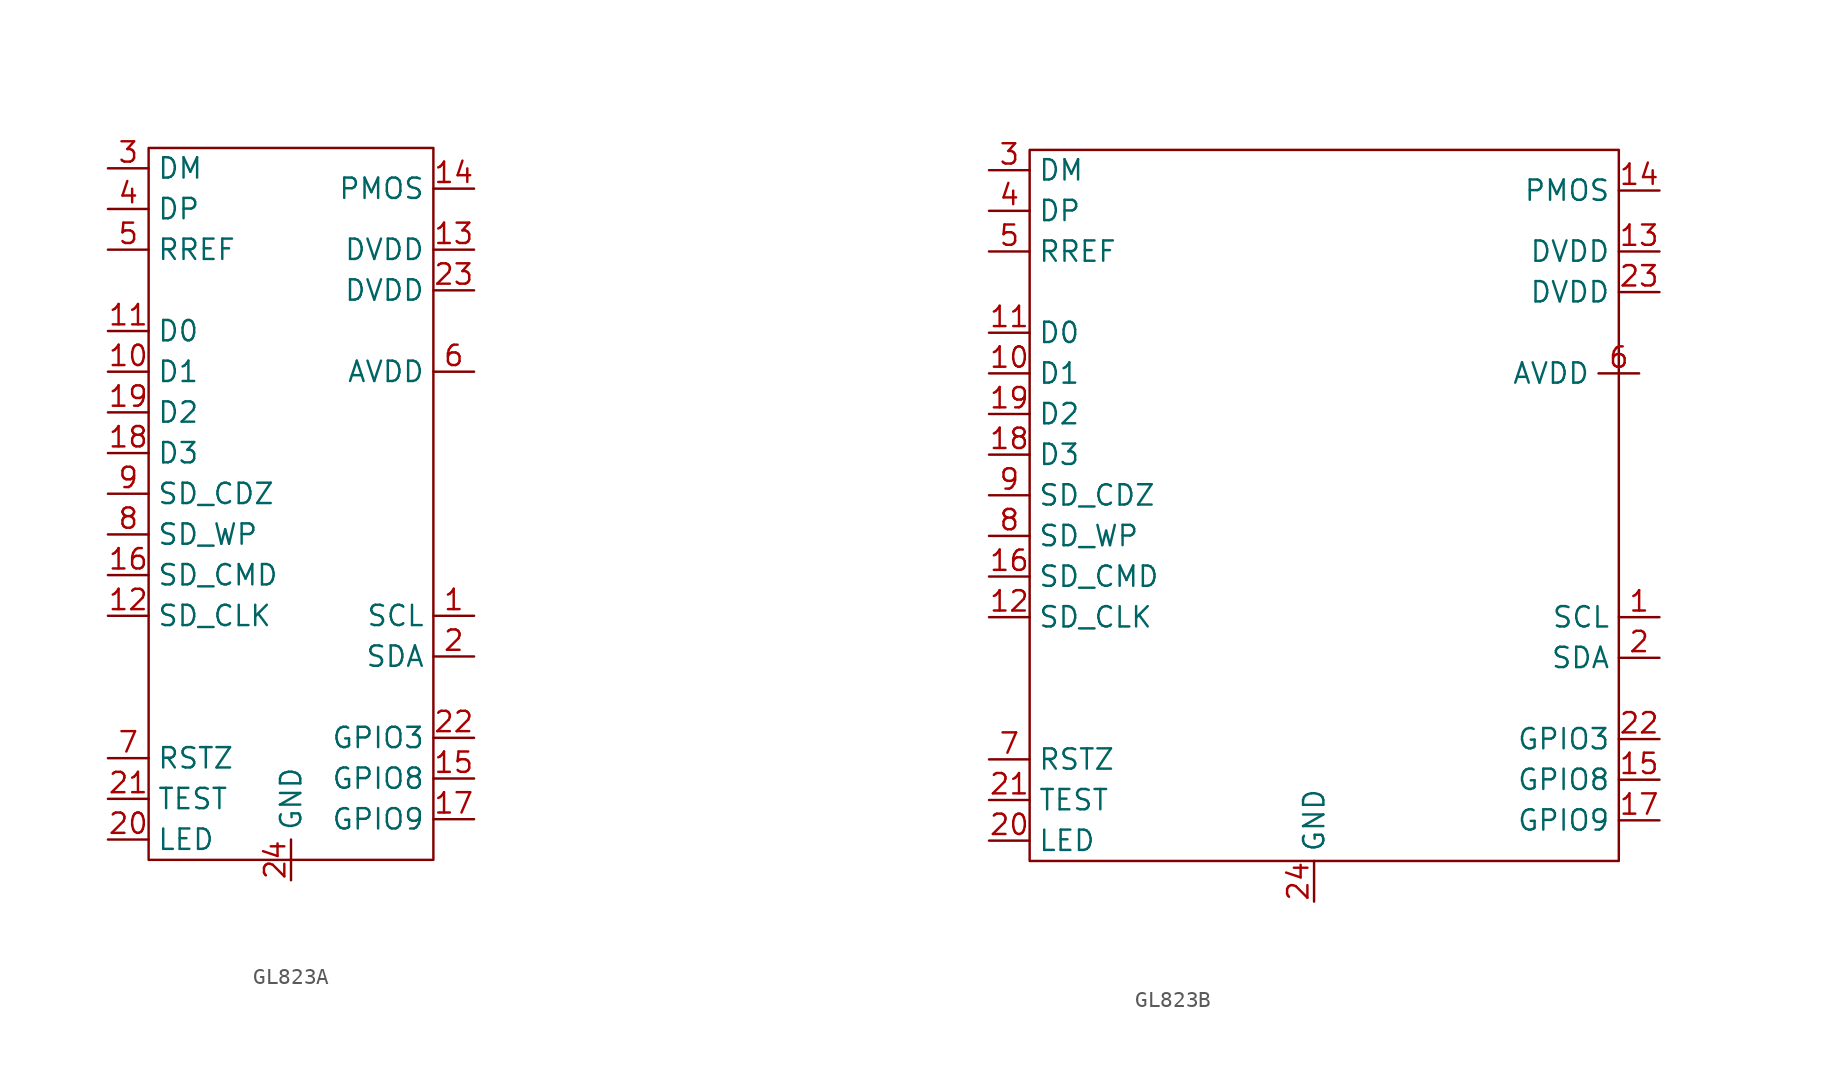
<source format=kicad_sym>
(kicad_symbol_lib
  (version 20241209)
  (generator "kicad_symbol_editor")
  (generator_version "9.0")
  (symbol "GL823A"
    (property "Reference" "U"
      (at 4.064 10.16 0)
      (effects (font (size 1.27 1.27)) (hide yes)))
    (property "Value" ""
      (at 0 0 0)
      (effects (font (size 1.27 1.27))))
    (symbol "GL823A_0_1"
      (rectangle (start -3.81 13.97) (end 13.97 -30.48) (stroke (width 0) (type default)) (fill (type none))))
    (symbol "GL823A_1_1"
      (pin power_in line (at -6.35 12.7 0) (length 2.54) (name "DM" (effects (font (size 1.27 1.27)))) (number "3" (effects (font (size 1.27 1.27)))))
      (pin power_in line (at -6.35 10.16 0) (length 2.54) (name "DP" (effects (font (size 1.27 1.27)))) (number "4" (effects (font (size 1.27 1.27)))))
      (pin power_in line (at -6.35 7.62 0) (length 2.54) (name "RREF" (effects (font (size 1.27 1.27)))) (number "5" (effects (font (size 1.27 1.27)))))
      (pin power_in line (at -6.35 2.54 0) (length 2.54) (name "D0" (effects (font (size 1.27 1.27)))) (number "11" (effects (font (size 1.27 1.27)))))
      (pin power_in line (at -6.35 0 0) (length 2.54) (name "D1" (effects (font (size 1.27 1.27)))) (number "10" (effects (font (size 1.27 1.27)))))
      (pin power_in line (at -6.35 -2.54 0) (length 2.54) (name "D2" (effects (font (size 1.27 1.27)))) (number "19" (effects (font (size 1.27 1.27)))))
      (pin power_in line (at -6.35 -5.08 0) (length 2.54) (name "D3" (effects (font (size 1.27 1.27)))) (number "18" (effects (font (size 1.27 1.27)))))
      (pin power_in line (at -6.35 -7.62 0) (length 2.54) (name "SD_CDZ" (effects (font (size 1.27 1.27)))) (number "9" (effects (font (size 1.27 1.27)))))
      (pin power_in line (at -6.35 -10.16 0) (length 2.54) (name "SD_WP" (effects (font (size 1.27 1.27)))) (number "8" (effects (font (size 1.27 1.27)))))
      (pin power_in line (at -6.35 -12.7 0) (length 2.54) (name "SD_CMD" (effects (font (size 1.27 1.27)))) (number "16" (effects (font (size 1.27 1.27)))))
      (pin power_in line (at -6.35 -15.24 0) (length 2.54) (name "SD_CLK" (effects (font (size 1.27 1.27)))) (number "12" (effects (font (size 1.27 1.27)))))
      (pin power_in line (at -6.35 -24.13 0) (length 2.54) (name "RSTZ" (effects (font (size 1.27 1.27)))) (number "7" (effects (font (size 1.27 1.27)))))
      (pin power_in line (at -6.35 -26.67 0) (length 2.54) (name "TEST" (effects (font (size 1.27 1.27)))) (number "21" (effects (font (size 1.27 1.27)))))
      (pin power_in line (at -6.35 -29.21 0) (length 2.54) (name "LED" (effects (font (size 1.27 1.27)))) (number "20" (effects (font (size 1.27 1.27)))))
      (pin power_in line (at 5.08 -31.75 90) (length 2.54) (name "GND" (effects (font (size 1.27 1.27)))) (number "24" (effects (font (size 1.27 1.27)))))
      (pin power_in line (at 16.51 11.43 180) (length 2.54) (name "PMOS" (effects (font (size 1.27 1.27)))) (number "14" (effects (font (size 1.27 1.27)))))
      (pin power_in line (at 16.51 7.62 180) (length 2.54) (name "DVDD" (effects (font (size 1.27 1.27)))) (number "13" (effects (font (size 1.27 1.27)))))
      (pin power_in line (at 16.51 5.08 180) (length 2.54) (name "DVDD" (effects (font (size 1.27 1.27)))) (number "23" (effects (font (size 1.27 1.27)))))
      (pin power_in line (at 16.51 0 180) (length 2.54) (name "AVDD" (effects (font (size 1.27 1.27)))) (number "6" (effects (font (size 1.27 1.27)))))
      (pin power_in line (at 16.51 -15.24 180) (length 2.54) (name "SCL" (effects (font (size 1.27 1.27)))) (number "1" (effects (font (size 1.27 1.27)))))
      (pin power_in line (at 16.51 -17.78 180) (length 2.54) (name "SDA" (effects (font (size 1.27 1.27)))) (number "2" (effects (font (size 1.27 1.27)))))
      (pin power_in line (at 16.51 -22.86 180) (length 2.54) (name "GPIO3" (effects (font (size 1.27 1.27)))) (number "22" (effects (font (size 1.27 1.27)))))
      (pin power_in line (at 16.51 -25.4 180) (length 2.54) (name "GPIO8" (effects (font (size 1.27 1.27)))) (number "15" (effects (font (size 1.27 1.27)))))
      (pin power_in line (at 16.51 -27.94 180) (length 2.54) (name "GPIO9" (effects (font (size 1.27 1.27)))) (number "17" (effects (font (size 1.27 1.27)))))))
  (symbol "GL823B"
    (property "Reference" "U"
      (at 0 0 0)
      (effects (font (size 1.27 1.27)) (hide yes)))
    (property "Value" ""
      (at 0 0 0)
      (effects (font (size 1.27 1.27))))
    (symbol "GL823B_0_1"
      (rectangle (start 21.59 12.7) (end 58.42 -31.75) (stroke (width 0) (type default)) (fill (type none))))
    (symbol "GL823B_1_1"
      (pin power_in line (at 19.05 11.43 0) (length 2.54) (name "DM" (effects (font (size 1.27 1.27)))) (number "3" (effects (font (size 1.27 1.27)))))
      (pin power_in line (at 19.05 8.89 0) (length 2.54) (name "DP" (effects (font (size 1.27 1.27)))) (number "4" (effects (font (size 1.27 1.27)))))
      (pin power_in line (at 19.05 6.35 0) (length 2.54) (name "RREF" (effects (font (size 1.27 1.27)))) (number "5" (effects (font (size 1.27 1.27)))))
      (pin power_in line (at 19.05 1.27 0) (length 2.54) (name "D0" (effects (font (size 1.27 1.27)))) (number "11" (effects (font (size 1.27 1.27)))))
      (pin power_in line (at 19.05 -1.27 0) (length 2.54) (name "D1" (effects (font (size 1.27 1.27)))) (number "10" (effects (font (size 1.27 1.27)))))
      (pin power_in line (at 19.05 -3.81 0) (length 2.54) (name "D2" (effects (font (size 1.27 1.27)))) (number "19" (effects (font (size 1.27 1.27)))))
      (pin power_in line (at 19.05 -6.35 0) (length 2.54) (name "D3" (effects (font (size 1.27 1.27)))) (number "18" (effects (font (size 1.27 1.27)))))
      (pin power_in line (at 19.05 -8.89 0) (length 2.54) (name "SD_CDZ" (effects (font (size 1.27 1.27)))) (number "9" (effects (font (size 1.27 1.27)))))
      (pin power_in line (at 19.05 -11.43 0) (length 2.54) (name "SD_WP" (effects (font (size 1.27 1.27)))) (number "8" (effects (font (size 1.27 1.27)))))
      (pin power_in line (at 19.05 -13.97 0) (length 2.54) (name "SD_CMD" (effects (font (size 1.27 1.27)))) (number "16" (effects (font (size 1.27 1.27)))))
      (pin power_in line (at 19.05 -16.51 0) (length 2.54) (name "SD_CLK" (effects (font (size 1.27 1.27)))) (number "12" (effects (font (size 1.27 1.27)))))
      (pin power_in line (at 19.05 -25.4 0) (length 2.54) (name "RSTZ" (effects (font (size 1.27 1.27)))) (number "7" (effects (font (size 1.27 1.27)))))
      (pin power_in line (at 19.05 -27.94 0) (length 2.54) (name "TEST" (effects (font (size 1.27 1.27)))) (number "21" (effects (font (size 1.27 1.27)))))
      (pin power_in line (at 19.05 -30.48 0) (length 2.54) (name "LED" (effects (font (size 1.27 1.27)))) (number "20" (effects (font (size 1.27 1.27)))))
      (pin power_in line (at 39.37 -34.29 90) (length 2.54) (name "GND" (effects (font (size 1.27 1.27)))) (number "24" (effects (font (size 1.27 1.27)))))
      (pin power_in line (at 59.69 -1.27 180) (length 2.54) (name "AVDD" (effects (font (size 1.27 1.27)))) (number "6" (effects (font (size 1.27 1.27)))))
      (pin power_in line (at 60.96 10.16 180) (length 2.54) (name "PMOS" (effects (font (size 1.27 1.27)))) (number "14" (effects (font (size 1.27 1.27)))))
      (pin power_in line (at 60.96 6.35 180) (length 2.54) (name "DVDD" (effects (font (size 1.27 1.27)))) (number "13" (effects (font (size 1.27 1.27)))))
      (pin power_in line (at 60.96 3.81 180) (length 2.54) (name "DVDD" (effects (font (size 1.27 1.27)))) (number "23" (effects (font (size 1.27 1.27)))))
      (pin power_in line (at 60.96 -16.51 180) (length 2.54) (name "SCL" (effects (font (size 1.27 1.27)))) (number "1" (effects (font (size 1.27 1.27)))))
      (pin power_in line (at 60.96 -19.05 180) (length 2.54) (name "SDA" (effects (font (size 1.27 1.27)))) (number "2" (effects (font (size 1.27 1.27)))))
      (pin power_in line (at 60.96 -24.13 180) (length 2.54) (name "GPIO3" (effects (font (size 1.27 1.27)))) (number "22" (effects (font (size 1.27 1.27)))))
      (pin power_in line (at 60.96 -26.67 180) (length 2.54) (name "GPIO8" (effects (font (size 1.27 1.27)))) (number "15" (effects (font (size 1.27 1.27)))))
      (pin power_in line (at 60.96 -29.21 180) (length 2.54) (name "GPIO9" (effects (font (size 1.27 1.27)))) (number "17" (effects (font (size 1.27 1.27))))))))
</source>
